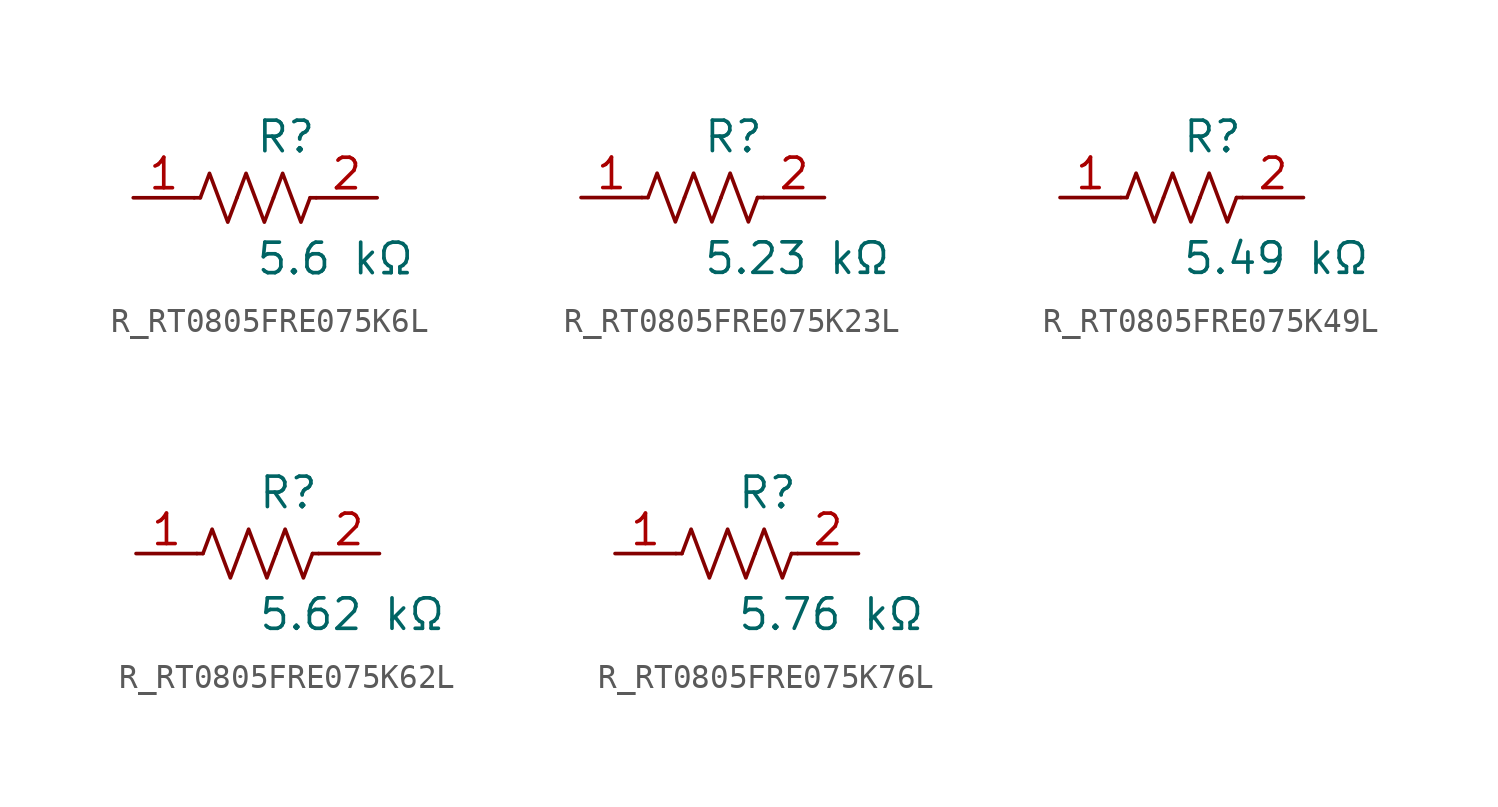
<source format=kicad_sym>
(kicad_symbol_lib
  (version 20231120)
  (generator kicad_symbol_editor)
  (generator_version 8.0)
  (symbol "R_RT0805FRE075K6L"
    (pin_names
      (offset 0.254))
    (property "Reference" "R"
      (at 0 2.54 0)
      (effects (font (size 1.27 1.27)) (justify left)))
    (property "Value" "5.6 kΩ"
      (at 0 -2.54 0)
      (effects (font (size 1.27 1.27)) (justify left)))
    (symbol "R_RT0805FRE075K6L_0_1"
      (polyline (pts (xy 2.286 0) (xy 2.54 0)) (stroke (width 0) (type default)) (fill (type none)))
      (polyline (pts (xy -2.286 0) (xy -2.54 0)) (stroke (width 0) (type default)) (fill (type none)))
      (polyline (pts (xy 0.762 0) (xy 1.143 1.016) (xy 1.524 0) (xy 1.905 -1.016) (xy 2.286 0)) (stroke (width 0) (type default)) (fill (type none)))
      (polyline (pts (xy -0.762 0) (xy -0.381 1.016) (xy 0 0) (xy 0.381 -1.016) (xy 0.762 0)) (stroke (width 0) (type default)) (fill (type none)))
      (polyline (pts (xy -2.286 0) (xy -1.905 1.016) (xy -1.524 0) (xy -1.143 -1.016) (xy -0.762 0)) (stroke (width 0) (type default)) (fill (type none))))
    (pin passive line
      (at -5.08 0 0)
      (length 2.54)
      (name "" (effects (font (size 1.27 1.27))))
      (number "1" (effects (font (size 1.27 1.27)))))
    (pin passive line
      (at 5.08 0 180)
      (length 2.54)
      (name "" (effects (font (size 1.27 1.27))))
      (number "2" (effects (font (size 1.27 1.27))))))
  (symbol "R_RT0805FRE075K23L"
    (pin_names
      (offset 0.254))
    (property "Reference" "R"
      (at 0 2.54 0)
      (effects (font (size 1.27 1.27)) (justify left)))
    (property "Value" "5.23 kΩ"
      (at 0 -2.54 0)
      (effects (font (size 1.27 1.27)) (justify left)))
    (symbol "R_RT0805FRE075K23L_0_1"
      (polyline (pts (xy 2.286 0) (xy 2.54 0)) (stroke (width 0) (type default)) (fill (type none)))
      (polyline (pts (xy -2.286 0) (xy -2.54 0)) (stroke (width 0) (type default)) (fill (type none)))
      (polyline (pts (xy 0.762 0) (xy 1.143 1.016) (xy 1.524 0) (xy 1.905 -1.016) (xy 2.286 0)) (stroke (width 0) (type default)) (fill (type none)))
      (polyline (pts (xy -0.762 0) (xy -0.381 1.016) (xy 0 0) (xy 0.381 -1.016) (xy 0.762 0)) (stroke (width 0) (type default)) (fill (type none)))
      (polyline (pts (xy -2.286 0) (xy -1.905 1.016) (xy -1.524 0) (xy -1.143 -1.016) (xy -0.762 0)) (stroke (width 0) (type default)) (fill (type none))))
    (pin passive line
      (at -5.08 0 0)
      (length 2.54)
      (name "" (effects (font (size 1.27 1.27))))
      (number "1" (effects (font (size 1.27 1.27)))))
    (pin passive line
      (at 5.08 0 180)
      (length 2.54)
      (name "" (effects (font (size 1.27 1.27))))
      (number "2" (effects (font (size 1.27 1.27))))))
  (symbol "R_RT0805FRE075K49L"
    (pin_names
      (offset 0.254))
    (property "Reference" "R"
      (at 0 2.54 0)
      (effects (font (size 1.27 1.27)) (justify left)))
    (property "Value" "5.49 kΩ"
      (at 0 -2.54 0)
      (effects (font (size 1.27 1.27)) (justify left)))
    (symbol "R_RT0805FRE075K49L_0_1"
      (polyline (pts (xy 2.286 0) (xy 2.54 0)) (stroke (width 0) (type default)) (fill (type none)))
      (polyline (pts (xy -2.286 0) (xy -2.54 0)) (stroke (width 0) (type default)) (fill (type none)))
      (polyline (pts (xy 0.762 0) (xy 1.143 1.016) (xy 1.524 0) (xy 1.905 -1.016) (xy 2.286 0)) (stroke (width 0) (type default)) (fill (type none)))
      (polyline (pts (xy -0.762 0) (xy -0.381 1.016) (xy 0 0) (xy 0.381 -1.016) (xy 0.762 0)) (stroke (width 0) (type default)) (fill (type none)))
      (polyline (pts (xy -2.286 0) (xy -1.905 1.016) (xy -1.524 0) (xy -1.143 -1.016) (xy -0.762 0)) (stroke (width 0) (type default)) (fill (type none))))
    (pin passive line
      (at -5.08 0 0)
      (length 2.54)
      (name "" (effects (font (size 1.27 1.27))))
      (number "1" (effects (font (size 1.27 1.27)))))
    (pin passive line
      (at 5.08 0 180)
      (length 2.54)
      (name "" (effects (font (size 1.27 1.27))))
      (number "2" (effects (font (size 1.27 1.27))))))
  (symbol "R_RT0805FRE075K62L"
    (pin_names
      (offset 0.254))
    (property "Reference" "R"
      (at 0 2.54 0)
      (effects (font (size 1.27 1.27)) (justify left)))
    (property "Value" "5.62 kΩ"
      (at 0 -2.54 0)
      (effects (font (size 1.27 1.27)) (justify left)))
    (symbol "R_RT0805FRE075K62L_0_1"
      (polyline (pts (xy 2.286 0) (xy 2.54 0)) (stroke (width 0) (type default)) (fill (type none)))
      (polyline (pts (xy -2.286 0) (xy -2.54 0)) (stroke (width 0) (type default)) (fill (type none)))
      (polyline (pts (xy 0.762 0) (xy 1.143 1.016) (xy 1.524 0) (xy 1.905 -1.016) (xy 2.286 0)) (stroke (width 0) (type default)) (fill (type none)))
      (polyline (pts (xy -0.762 0) (xy -0.381 1.016) (xy 0 0) (xy 0.381 -1.016) (xy 0.762 0)) (stroke (width 0) (type default)) (fill (type none)))
      (polyline (pts (xy -2.286 0) (xy -1.905 1.016) (xy -1.524 0) (xy -1.143 -1.016) (xy -0.762 0)) (stroke (width 0) (type default)) (fill (type none))))
    (pin passive line
      (at -5.08 0 0)
      (length 2.54)
      (name "" (effects (font (size 1.27 1.27))))
      (number "1" (effects (font (size 1.27 1.27)))))
    (pin passive line
      (at 5.08 0 180)
      (length 2.54)
      (name "" (effects (font (size 1.27 1.27))))
      (number "2" (effects (font (size 1.27 1.27))))))
  (symbol "R_RT0805FRE075K76L"
    (pin_names
      (offset 0.254))
    (property "Reference" "R"
      (at 0 2.54 0)
      (effects (font (size 1.27 1.27)) (justify left)))
    (property "Value" "5.76 kΩ"
      (at 0 -2.54 0)
      (effects (font (size 1.27 1.27)) (justify left)))
    (symbol "R_RT0805FRE075K76L_0_1"
      (polyline (pts (xy 2.286 0) (xy 2.54 0)) (stroke (width 0) (type default)) (fill (type none)))
      (polyline (pts (xy -2.286 0) (xy -2.54 0)) (stroke (width 0) (type default)) (fill (type none)))
      (polyline (pts (xy 0.762 0) (xy 1.143 1.016) (xy 1.524 0) (xy 1.905 -1.016) (xy 2.286 0)) (stroke (width 0) (type default)) (fill (type none)))
      (polyline (pts (xy -0.762 0) (xy -0.381 1.016) (xy 0 0) (xy 0.381 -1.016) (xy 0.762 0)) (stroke (width 0) (type default)) (fill (type none)))
      (polyline (pts (xy -2.286 0) (xy -1.905 1.016) (xy -1.524 0) (xy -1.143 -1.016) (xy -0.762 0)) (stroke (width 0) (type default)) (fill (type none))))
    (pin passive line
      (at -5.08 0 0)
      (length 2.54)
      (name "" (effects (font (size 1.27 1.27))))
      (number "1" (effects (font (size 1.27 1.27)))))
    (pin passive line
      (at 5.08 0 180)
      (length 2.54)
      (name "" (effects (font (size 1.27 1.27))))
      (number "2" (effects (font (size 1.27 1.27)))))))
</source>
